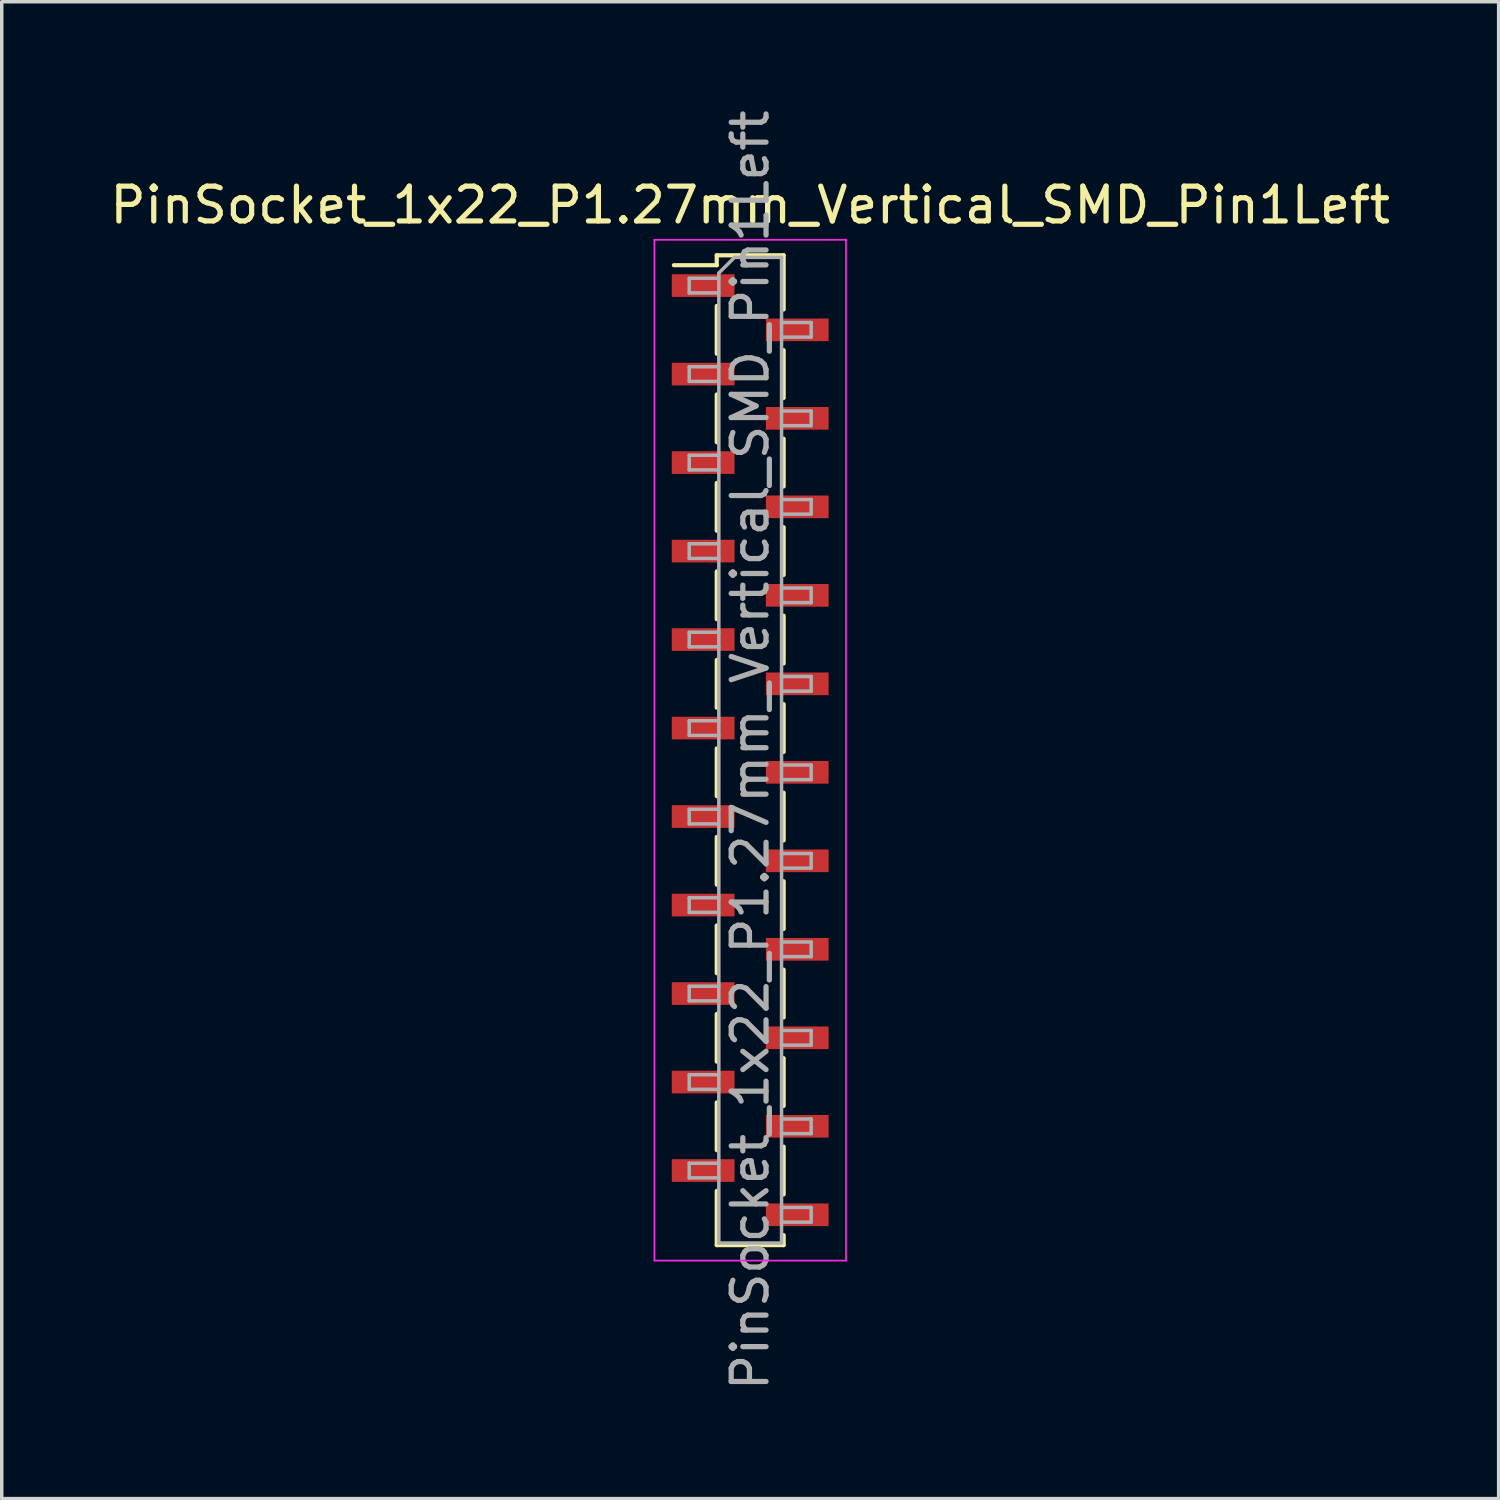
<source format=kicad_pcb>
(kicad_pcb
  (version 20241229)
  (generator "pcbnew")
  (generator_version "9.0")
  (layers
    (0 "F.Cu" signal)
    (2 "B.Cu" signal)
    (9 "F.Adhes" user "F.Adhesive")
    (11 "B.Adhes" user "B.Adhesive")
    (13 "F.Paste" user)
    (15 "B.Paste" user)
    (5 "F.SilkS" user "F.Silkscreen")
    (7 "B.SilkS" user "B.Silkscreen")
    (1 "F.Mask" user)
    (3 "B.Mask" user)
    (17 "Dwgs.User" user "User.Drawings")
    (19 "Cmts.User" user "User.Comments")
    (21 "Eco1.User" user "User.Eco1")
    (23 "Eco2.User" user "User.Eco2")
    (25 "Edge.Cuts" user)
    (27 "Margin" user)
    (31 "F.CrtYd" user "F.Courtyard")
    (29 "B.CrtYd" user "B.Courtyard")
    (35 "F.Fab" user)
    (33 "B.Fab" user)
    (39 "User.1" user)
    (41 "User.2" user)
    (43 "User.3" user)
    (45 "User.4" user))
  (footprint "PinSocket_1x22_P1.27mm_Vertical_SMD_Pin1Left"
    (layer "F.Cu")
    (at 18.482 18.482)
    (property "Reference" "PinSocket_1x22_P1.27mm_Vertical_SMD_Pin1Left" (at 0 -15.645 0) (layer "F.SilkS") (effects (font (size 1 1) (thickness 0.15))))
    (attr smd)
    (fp_line (start -2.19 -13.92) (end -0.96 -13.92) (stroke (width 0.12) (type solid)) (layer "F.SilkS"))
    (fp_line (start -0.96 -14.205) (end -0.96 -13.92) (stroke (width 0.12) (type solid)) (layer "F.SilkS"))
    (fp_line (start -0.96 -14.205) (end 0.96 -14.205) (stroke (width 0.12) (type solid)) (layer "F.SilkS"))
    (fp_line (start -0.96 -12.75) (end -0.96 -11.38) (stroke (width 0.12) (type solid)) (layer "F.SilkS"))
    (fp_line (start -0.96 -10.21) (end -0.96 -8.84) (stroke (width 0.12) (type solid)) (layer "F.SilkS"))
    (fp_line (start -0.96 -7.67) (end -0.96 -6.3) (stroke (width 0.12) (type solid)) (layer "F.SilkS"))
    (fp_line (start -0.96 -5.13) (end -0.96 -3.76) (stroke (width 0.12) (type solid)) (layer "F.SilkS"))
    (fp_line (start -0.96 -2.59) (end -0.96 -1.22) (stroke (width 0.12) (type solid)) (layer "F.SilkS"))
    (fp_line (start -0.96 -0.05) (end -0.96 1.32) (stroke (width 0.12) (type solid)) (layer "F.SilkS"))
    (fp_line (start -0.96 2.49) (end -0.96 3.86) (stroke (width 0.12) (type solid)) (layer "F.SilkS"))
    (fp_line (start -0.96 5.03) (end -0.96 6.4) (stroke (width 0.12) (type solid)) (layer "F.SilkS"))
    (fp_line (start -0.96 7.57) (end -0.96 8.94) (stroke (width 0.12) (type solid)) (layer "F.SilkS"))
    (fp_line (start -0.96 10.11) (end -0.96 11.48) (stroke (width 0.12) (type solid)) (layer "F.SilkS"))
    (fp_line (start -0.96 12.65) (end -0.96 14.205) (stroke (width 0.12) (type solid)) (layer "F.SilkS"))
    (fp_line (start -0.96 14.205) (end 0.96 14.205) (stroke (width 0.12) (type solid)) (layer "F.SilkS"))
    (fp_line (start 0.96 -14.205) (end 0.96 -12.65) (stroke (width 0.12) (type solid)) (layer "F.SilkS"))
    (fp_line (start 0.96 -11.48) (end 0.96 -10.11) (stroke (width 0.12) (type solid)) (layer "F.SilkS"))
    (fp_line (start 0.96 -8.94) (end 0.96 -7.57) (stroke (width 0.12) (type solid)) (layer "F.SilkS"))
    (fp_line (start 0.96 -6.4) (end 0.96 -5.03) (stroke (width 0.12) (type solid)) (layer "F.SilkS"))
    (fp_line (start 0.96 -3.86) (end 0.96 -2.49) (stroke (width 0.12) (type solid)) (layer "F.SilkS"))
    (fp_line (start 0.96 -1.32) (end 0.96 0.05) (stroke (width 0.12) (type solid)) (layer "F.SilkS"))
    (fp_line (start 0.96 1.22) (end 0.96 2.59) (stroke (width 0.12) (type solid)) (layer "F.SilkS"))
    (fp_line (start 0.96 3.76) (end 0.96 5.13) (stroke (width 0.12) (type solid)) (layer "F.SilkS"))
    (fp_line (start 0.96 6.3) (end 0.96 7.67) (stroke (width 0.12) (type solid)) (layer "F.SilkS"))
    (fp_line (start 0.96 8.84) (end 0.96 10.21) (stroke (width 0.12) (type solid)) (layer "F.SilkS"))
    (fp_line (start 0.96 11.38) (end 0.96 12.75) (stroke (width 0.12) (type solid)) (layer "F.SilkS"))
    (fp_line (start 0.96 13.92) (end 0.96 14.205) (stroke (width 0.12) (type solid)) (layer "F.SilkS"))
    (fp_line (start -2.75 -14.65) (end 2.75 -14.65) (stroke (width 0.05) (type solid)) (layer "F.CrtYd"))
    (fp_line (start -2.75 14.65) (end -2.75 -14.65) (stroke (width 0.05) (type solid)) (layer "F.CrtYd"))
    (fp_line (start 2.75 -14.65) (end 2.75 14.65) (stroke (width 0.05) (type solid)) (layer "F.CrtYd"))
    (fp_line (start 2.75 14.65) (end -2.75 14.65) (stroke (width 0.05) (type solid)) (layer "F.CrtYd"))
    (fp_line (start -1.75 -13.545) (end -0.9 -13.545) (stroke (width 0.1) (type solid)) (layer "F.Fab"))
    (fp_line (start -1.75 -13.125) (end -1.75 -13.545) (stroke (width 0.1) (type solid)) (layer "F.Fab"))
    (fp_line (start -1.75 -11.005) (end -0.9 -11.005) (stroke (width 0.1) (type solid)) (layer "F.Fab"))
    (fp_line (start -1.75 -10.585) (end -1.75 -11.005) (stroke (width 0.1) (type solid)) (layer "F.Fab"))
    (fp_line (start -1.75 -8.465) (end -0.9 -8.465) (stroke (width 0.1) (type solid)) (layer "F.Fab"))
    (fp_line (start -1.75 -8.045) (end -1.75 -8.465) (stroke (width 0.1) (type solid)) (layer "F.Fab"))
    (fp_line (start -1.75 -5.925) (end -0.9 -5.925) (stroke (width 0.1) (type solid)) (layer "F.Fab"))
    (fp_line (start -1.75 -5.505) (end -1.75 -5.925) (stroke (width 0.1) (type solid)) (layer "F.Fab"))
    (fp_line (start -1.75 -3.385) (end -0.9 -3.385) (stroke (width 0.1) (type solid)) (layer "F.Fab"))
    (fp_line (start -1.75 -2.965) (end -1.75 -3.385) (stroke (width 0.1) (type solid)) (layer "F.Fab"))
    (fp_line (start -1.75 -0.845) (end -0.9 -0.845) (stroke (width 0.1) (type solid)) (layer "F.Fab"))
    (fp_line (start -1.75 -0.425) (end -1.75 -0.845) (stroke (width 0.1) (type solid)) (layer "F.Fab"))
    (fp_line (start -1.75 1.695) (end -0.9 1.695) (stroke (width 0.1) (type solid)) (layer "F.Fab"))
    (fp_line (start -1.75 2.115) (end -1.75 1.695) (stroke (width 0.1) (type solid)) (layer "F.Fab"))
    (fp_line (start -1.75 4.235) (end -0.9 4.235) (stroke (width 0.1) (type solid)) (layer "F.Fab"))
    (fp_line (start -1.75 4.655) (end -1.75 4.235) (stroke (width 0.1) (type solid)) (layer "F.Fab"))
    (fp_line (start -1.75 6.775) (end -0.9 6.775) (stroke (width 0.1) (type solid)) (layer "F.Fab"))
    (fp_line (start -1.75 7.195) (end -1.75 6.775) (stroke (width 0.1) (type solid)) (layer "F.Fab"))
    (fp_line (start -1.75 9.315) (end -0.9 9.315) (stroke (width 0.1) (type solid)) (layer "F.Fab"))
    (fp_line (start -1.75 9.735) (end -1.75 9.315) (stroke (width 0.1) (type solid)) (layer "F.Fab"))
    (fp_line (start -1.75 11.855) (end -0.9 11.855) (stroke (width 0.1) (type solid)) (layer "F.Fab"))
    (fp_line (start -1.75 12.275) (end -1.75 11.855) (stroke (width 0.1) (type solid)) (layer "F.Fab"))
    (fp_line (start -0.9 -13.695) (end -0.45 -14.145) (stroke (width 0.1) (type solid)) (layer "F.Fab"))
    (fp_line (start -0.9 -13.125) (end -1.75 -13.125) (stroke (width 0.1) (type solid)) (layer "F.Fab"))
    (fp_line (start -0.9 -10.585) (end -1.75 -10.585) (stroke (width 0.1) (type solid)) (layer "F.Fab"))
    (fp_line (start -0.9 -8.045) (end -1.75 -8.045) (stroke (width 0.1) (type solid)) (layer "F.Fab"))
    (fp_line (start -0.9 -5.505) (end -1.75 -5.505) (stroke (width 0.1) (type solid)) (layer "F.Fab"))
    (fp_line (start -0.9 -2.965) (end -1.75 -2.965) (stroke (width 0.1) (type solid)) (layer "F.Fab"))
    (fp_line (start -0.9 -0.425) (end -1.75 -0.425) (stroke (width 0.1) (type solid)) (layer "F.Fab"))
    (fp_line (start -0.9 2.115) (end -1.75 2.115) (stroke (width 0.1) (type solid)) (layer "F.Fab"))
    (fp_line (start -0.9 4.655) (end -1.75 4.655) (stroke (width 0.1) (type solid)) (layer "F.Fab"))
    (fp_line (start -0.9 7.195) (end -1.75 7.195) (stroke (width 0.1) (type solid)) (layer "F.Fab"))
    (fp_line (start -0.9 9.735) (end -1.75 9.735) (stroke (width 0.1) (type solid)) (layer "F.Fab"))
    (fp_line (start -0.9 12.275) (end -1.75 12.275) (stroke (width 0.1) (type solid)) (layer "F.Fab"))
    (fp_line (start -0.9 14.145) (end -0.9 -13.695) (stroke (width 0.1) (type solid)) (layer "F.Fab"))
    (fp_line (start -0.45 -14.145) (end 0.9 -14.145) (stroke (width 0.1) (type solid)) (layer "F.Fab"))
    (fp_line (start 0.9 -14.145) (end 0.9 14.145) (stroke (width 0.1) (type solid)) (layer "F.Fab"))
    (fp_line (start 0.9 -12.275) (end 1.75 -12.275) (stroke (width 0.1) (type solid)) (layer "F.Fab"))
    (fp_line (start 0.9 -9.735) (end 1.75 -9.735) (stroke (width 0.1) (type solid)) (layer "F.Fab"))
    (fp_line (start 0.9 -7.195) (end 1.75 -7.195) (stroke (width 0.1) (type solid)) (layer "F.Fab"))
    (fp_line (start 0.9 -4.655) (end 1.75 -4.655) (stroke (width 0.1) (type solid)) (layer "F.Fab"))
    (fp_line (start 0.9 -2.115) (end 1.75 -2.115) (stroke (width 0.1) (type solid)) (layer "F.Fab"))
    (fp_line (start 0.9 0.425) (end 1.75 0.425) (stroke (width 0.1) (type solid)) (layer "F.Fab"))
    (fp_line (start 0.9 2.965) (end 1.75 2.965) (stroke (width 0.1) (type solid)) (layer "F.Fab"))
    (fp_line (start 0.9 5.505) (end 1.75 5.505) (stroke (width 0.1) (type solid)) (layer "F.Fab"))
    (fp_line (start 0.9 8.045) (end 1.75 8.045) (stroke (width 0.1) (type solid)) (layer "F.Fab"))
    (fp_line (start 0.9 10.585) (end 1.75 10.585) (stroke (width 0.1) (type solid)) (layer "F.Fab"))
    (fp_line (start 0.9 13.125) (end 1.75 13.125) (stroke (width 0.1) (type solid)) (layer "F.Fab"))
    (fp_line (start 0.9 14.145) (end -0.9 14.145) (stroke (width 0.1) (type solid)) (layer "F.Fab"))
    (fp_line (start 1.75 -12.275) (end 1.75 -11.855) (stroke (width 0.1) (type solid)) (layer "F.Fab"))
    (fp_line (start 1.75 -11.855) (end 0.9 -11.855) (stroke (width 0.1) (type solid)) (layer "F.Fab"))
    (fp_line (start 1.75 -9.735) (end 1.75 -9.315) (stroke (width 0.1) (type solid)) (layer "F.Fab"))
    (fp_line (start 1.75 -9.315) (end 0.9 -9.315) (stroke (width 0.1) (type solid)) (layer "F.Fab"))
    (fp_line (start 1.75 -7.195) (end 1.75 -6.775) (stroke (width 0.1) (type solid)) (layer "F.Fab"))
    (fp_line (start 1.75 -6.775) (end 0.9 -6.775) (stroke (width 0.1) (type solid)) (layer "F.Fab"))
    (fp_line (start 1.75 -4.655) (end 1.75 -4.235) (stroke (width 0.1) (type solid)) (layer "F.Fab"))
    (fp_line (start 1.75 -4.235) (end 0.9 -4.235) (stroke (width 0.1) (type solid)) (layer "F.Fab"))
    (fp_line (start 1.75 -2.115) (end 1.75 -1.695) (stroke (width 0.1) (type solid)) (layer "F.Fab"))
    (fp_line (start 1.75 -1.695) (end 0.9 -1.695) (stroke (width 0.1) (type solid)) (layer "F.Fab"))
    (fp_line (start 1.75 0.425) (end 1.75 0.845) (stroke (width 0.1) (type solid)) (layer "F.Fab"))
    (fp_line (start 1.75 0.845) (end 0.9 0.845) (stroke (width 0.1) (type solid)) (layer "F.Fab"))
    (fp_line (start 1.75 2.965) (end 1.75 3.385) (stroke (width 0.1) (type solid)) (layer "F.Fab"))
    (fp_line (start 1.75 3.385) (end 0.9 3.385) (stroke (width 0.1) (type solid)) (layer "F.Fab"))
    (fp_line (start 1.75 5.505) (end 1.75 5.925) (stroke (width 0.1) (type solid)) (layer "F.Fab"))
    (fp_line (start 1.75 5.925) (end 0.9 5.925) (stroke (width 0.1) (type solid)) (layer "F.Fab"))
    (fp_line (start 1.75 8.045) (end 1.75 8.465) (stroke (width 0.1) (type solid)) (layer "F.Fab"))
    (fp_line (start 1.75 8.465) (end 0.9 8.465) (stroke (width 0.1) (type solid)) (layer "F.Fab"))
    (fp_line (start 1.75 10.585) (end 1.75 11.005) (stroke (width 0.1) (type solid)) (layer "F.Fab"))
    (fp_line (start 1.75 11.005) (end 0.9 11.005) (stroke (width 0.1) (type solid)) (layer "F.Fab"))
    (fp_line (start 1.75 13.125) (end 1.75 13.545) (stroke (width 0.1) (type solid)) (layer "F.Fab"))
    (fp_line (start 1.75 13.545) (end 0.9 13.545) (stroke (width 0.1) (type solid)) (layer "F.Fab"))
    (fp_text user "${REFERENCE}" (at 0 0 90) (layer "F.Fab") (effects (font (size 1 1) (thickness 0.15))))
    (pad "1" smd rect (at -1.35 -13.335) (size 1.8 0.65) (layers "F.Cu" "F.Mask" "F.Paste"))
    (pad "2" smd rect (at 1.35 -12.065) (size 1.8 0.65) (layers "F.Cu" "F.Mask" "F.Paste"))
    (pad "3" smd rect (at -1.35 -10.795) (size 1.8 0.65) (layers "F.Cu" "F.Mask" "F.Paste"))
    (pad "4" smd rect (at 1.35 -9.525) (size 1.8 0.65) (layers "F.Cu" "F.Mask" "F.Paste"))
    (pad "5" smd rect (at -1.35 -8.255) (size 1.8 0.65) (layers "F.Cu" "F.Mask" "F.Paste"))
    (pad "6" smd rect (at 1.35 -6.985) (size 1.8 0.65) (layers "F.Cu" "F.Mask" "F.Paste"))
    (pad "7" smd rect (at -1.35 -5.715) (size 1.8 0.65) (layers "F.Cu" "F.Mask" "F.Paste"))
    (pad "8" smd rect (at 1.35 -4.445) (size 1.8 0.65) (layers "F.Cu" "F.Mask" "F.Paste"))
    (pad "9" smd rect (at -1.35 -3.175) (size 1.8 0.65) (layers "F.Cu" "F.Mask" "F.Paste"))
    (pad "10" smd rect (at 1.35 -1.905) (size 1.8 0.65) (layers "F.Cu" "F.Mask" "F.Paste"))
    (pad "11" smd rect (at -1.35 -0.635) (size 1.8 0.65) (layers "F.Cu" "F.Mask" "F.Paste"))
    (pad "12" smd rect (at 1.35 0.635) (size 1.8 0.65) (layers "F.Cu" "F.Mask" "F.Paste"))
    (pad "13" smd rect (at -1.35 1.905) (size 1.8 0.65) (layers "F.Cu" "F.Mask" "F.Paste"))
    (pad "14" smd rect (at 1.35 3.175) (size 1.8 0.65) (layers "F.Cu" "F.Mask" "F.Paste"))
    (pad "15" smd rect (at -1.35 4.445) (size 1.8 0.65) (layers "F.Cu" "F.Mask" "F.Paste"))
    (pad "16" smd rect (at 1.35 5.715) (size 1.8 0.65) (layers "F.Cu" "F.Mask" "F.Paste"))
    (pad "17" smd rect (at -1.35 6.985) (size 1.8 0.65) (layers "F.Cu" "F.Mask" "F.Paste"))
    (pad "18" smd rect (at 1.35 8.255) (size 1.8 0.65) (layers "F.Cu" "F.Mask" "F.Paste"))
    (pad "19" smd rect (at -1.35 9.525) (size 1.8 0.65) (layers "F.Cu" "F.Mask" "F.Paste"))
    (pad "20" smd rect (at 1.35 10.795) (size 1.8 0.65) (layers "F.Cu" "F.Mask" "F.Paste"))
    (pad "21" smd rect (at -1.35 12.065) (size 1.8 0.65) (layers "F.Cu" "F.Mask" "F.Paste"))
    (pad "22" smd rect (at 1.35 13.335) (size 1.8 0.65) (layers "F.Cu" "F.Mask" "F.Paste")))
  (gr_rect
    (start -3 -3)
    (end 39.964 39.964)
    (stroke (width 0.1) (type default))
    (fill no)
    (layer "Edge.Cuts")))
</source>
